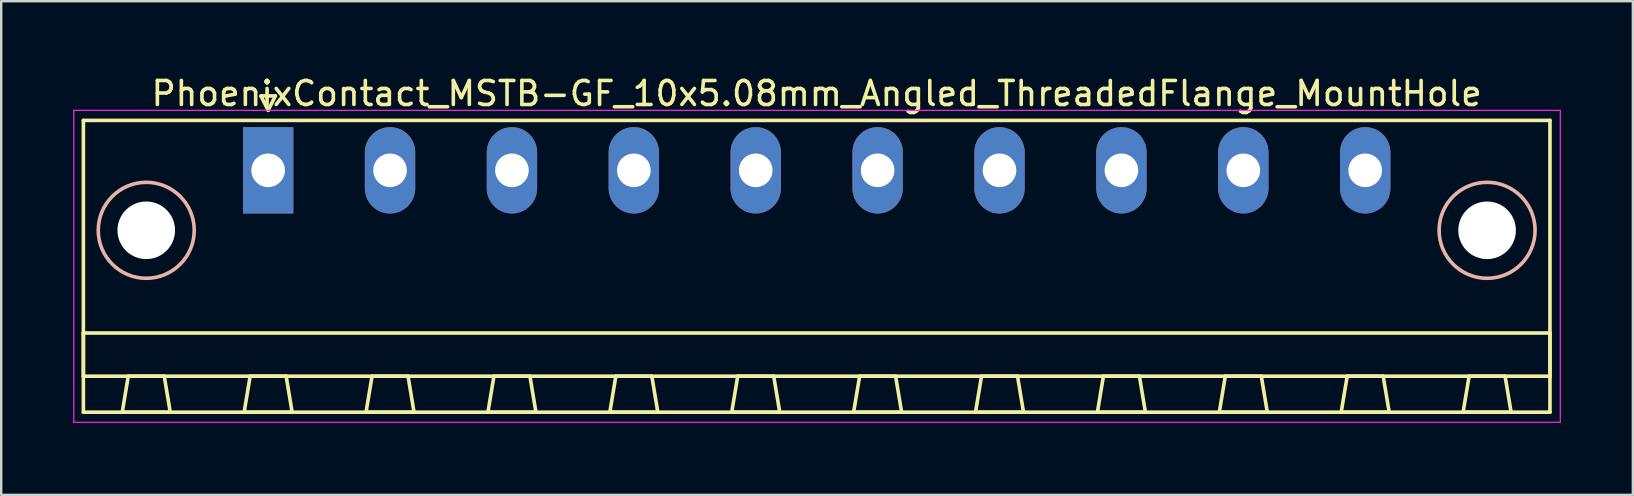
<source format=kicad_pcb>
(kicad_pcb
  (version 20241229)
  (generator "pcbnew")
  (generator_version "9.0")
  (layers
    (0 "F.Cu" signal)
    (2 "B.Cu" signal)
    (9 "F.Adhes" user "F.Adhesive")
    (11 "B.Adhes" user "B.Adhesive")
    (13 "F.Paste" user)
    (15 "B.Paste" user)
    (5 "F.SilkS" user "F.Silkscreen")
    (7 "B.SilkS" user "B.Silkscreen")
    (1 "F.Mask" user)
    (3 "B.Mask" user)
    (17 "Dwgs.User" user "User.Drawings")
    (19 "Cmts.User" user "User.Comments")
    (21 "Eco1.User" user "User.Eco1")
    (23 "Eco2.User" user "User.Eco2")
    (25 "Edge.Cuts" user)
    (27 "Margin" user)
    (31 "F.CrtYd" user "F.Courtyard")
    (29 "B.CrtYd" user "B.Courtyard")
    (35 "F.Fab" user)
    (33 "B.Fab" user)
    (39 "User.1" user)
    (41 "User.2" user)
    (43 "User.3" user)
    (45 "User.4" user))
  (footprint "PhoenixContact_MSTB-GF_10x5.08mm_Angled_ThreadedFlange_MountHole"
    (layer "F.Cu")
    (at 8.125 4.048)
    (property "Reference" "PhoenixContact_MSTB-GF_10x5.08mm_Angled_ThreadedFlange_MountHole" (at 22.86 -3.2 0) (layer "F.SilkS") (effects (font (size 1 1) (thickness 0.15))))
    (attr through_hole)
    (fp_line (start -7.7 -2.08) (end -7.7 10.08) (stroke (width 0.15) (type solid)) (layer "F.SilkS"))
    (fp_line (start -7.7 6.78) (end 53.42 6.78) (stroke (width 0.15) (type solid)) (layer "F.SilkS"))
    (fp_line (start -7.7 8.58) (end -7.7 6.78) (stroke (width 0.15) (type solid)) (layer "F.SilkS"))
    (fp_line (start -7.7 10.08) (end 53.42 10.08) (stroke (width 0.15) (type solid)) (layer "F.SilkS"))
    (fp_line (start -6.08 10.08) (end -4.08 10.08) (stroke (width 0.15) (type solid)) (layer "F.SilkS"))
    (fp_line (start -5.83 8.58) (end -6.08 10.08) (stroke (width 0.15) (type solid)) (layer "F.SilkS"))
    (fp_line (start -4.33 8.58) (end -5.83 8.58) (stroke (width 0.15) (type solid)) (layer "F.SilkS"))
    (fp_line (start -4.08 10.08) (end -4.33 8.58) (stroke (width 0.15) (type solid)) (layer "F.SilkS"))
    (fp_line (start -1 10.08) (end 1 10.08) (stroke (width 0.15) (type solid)) (layer "F.SilkS"))
    (fp_line (start -0.75 8.58) (end -1 10.08) (stroke (width 0.15) (type solid)) (layer "F.SilkS"))
    (fp_line (start -0.3 -3.1) (end 0 -2.5) (stroke (width 0.15) (type solid)) (layer "F.SilkS"))
    (fp_line (start 0 -2.5) (end 0.3 -3.1) (stroke (width 0.15) (type solid)) (layer "F.SilkS"))
    (fp_line (start 0.3 -3.1) (end -0.3 -3.1) (stroke (width 0.15) (type solid)) (layer "F.SilkS"))
    (fp_line (start 0.75 8.58) (end -0.75 8.58) (stroke (width 0.15) (type solid)) (layer "F.SilkS"))
    (fp_line (start 1 10.08) (end 0.75 8.58) (stroke (width 0.15) (type solid)) (layer "F.SilkS"))
    (fp_line (start 4.08 10.08) (end 6.08 10.08) (stroke (width 0.15) (type solid)) (layer "F.SilkS"))
    (fp_line (start 4.33 8.58) (end 4.08 10.08) (stroke (width 0.15) (type solid)) (layer "F.SilkS"))
    (fp_line (start 5.83 8.58) (end 4.33 8.58) (stroke (width 0.15) (type solid)) (layer "F.SilkS"))
    (fp_line (start 6.08 10.08) (end 5.83 8.58) (stroke (width 0.15) (type solid)) (layer "F.SilkS"))
    (fp_line (start 9.16 10.08) (end 11.16 10.08) (stroke (width 0.15) (type solid)) (layer "F.SilkS"))
    (fp_line (start 9.41 8.58) (end 9.16 10.08) (stroke (width 0.15) (type solid)) (layer "F.SilkS"))
    (fp_line (start 10.91 8.58) (end 9.41 8.58) (stroke (width 0.15) (type solid)) (layer "F.SilkS"))
    (fp_line (start 11.16 10.08) (end 10.91 8.58) (stroke (width 0.15) (type solid)) (layer "F.SilkS"))
    (fp_line (start 14.24 10.08) (end 16.24 10.08) (stroke (width 0.15) (type solid)) (layer "F.SilkS"))
    (fp_line (start 14.49 8.58) (end 14.24 10.08) (stroke (width 0.15) (type solid)) (layer "F.SilkS"))
    (fp_line (start 15.99 8.58) (end 14.49 8.58) (stroke (width 0.15) (type solid)) (layer "F.SilkS"))
    (fp_line (start 16.24 10.08) (end 15.99 8.58) (stroke (width 0.15) (type solid)) (layer "F.SilkS"))
    (fp_line (start 19.32 10.08) (end 21.32 10.08) (stroke (width 0.15) (type solid)) (layer "F.SilkS"))
    (fp_line (start 19.57 8.58) (end 19.32 10.08) (stroke (width 0.15) (type solid)) (layer "F.SilkS"))
    (fp_line (start 21.07 8.58) (end 19.57 8.58) (stroke (width 0.15) (type solid)) (layer "F.SilkS"))
    (fp_line (start 21.32 10.08) (end 21.07 8.58) (stroke (width 0.15) (type solid)) (layer "F.SilkS"))
    (fp_line (start 24.4 10.08) (end 26.4 10.08) (stroke (width 0.15) (type solid)) (layer "F.SilkS"))
    (fp_line (start 24.65 8.58) (end 24.4 10.08) (stroke (width 0.15) (type solid)) (layer "F.SilkS"))
    (fp_line (start 26.15 8.58) (end 24.65 8.58) (stroke (width 0.15) (type solid)) (layer "F.SilkS"))
    (fp_line (start 26.4 10.08) (end 26.15 8.58) (stroke (width 0.15) (type solid)) (layer "F.SilkS"))
    (fp_line (start 29.48 10.08) (end 31.48 10.08) (stroke (width 0.15) (type solid)) (layer "F.SilkS"))
    (fp_line (start 29.73 8.58) (end 29.48 10.08) (stroke (width 0.15) (type solid)) (layer "F.SilkS"))
    (fp_line (start 31.23 8.58) (end 29.73 8.58) (stroke (width 0.15) (type solid)) (layer "F.SilkS"))
    (fp_line (start 31.48 10.08) (end 31.23 8.58) (stroke (width 0.15) (type solid)) (layer "F.SilkS"))
    (fp_line (start 34.56 10.08) (end 36.56 10.08) (stroke (width 0.15) (type solid)) (layer "F.SilkS"))
    (fp_line (start 34.81 8.58) (end 34.56 10.08) (stroke (width 0.15) (type solid)) (layer "F.SilkS"))
    (fp_line (start 36.31 8.58) (end 34.81 8.58) (stroke (width 0.15) (type solid)) (layer "F.SilkS"))
    (fp_line (start 36.56 10.08) (end 36.31 8.58) (stroke (width 0.15) (type solid)) (layer "F.SilkS"))
    (fp_line (start 39.64 10.08) (end 41.64 10.08) (stroke (width 0.15) (type solid)) (layer "F.SilkS"))
    (fp_line (start 39.89 8.58) (end 39.64 10.08) (stroke (width 0.15) (type solid)) (layer "F.SilkS"))
    (fp_line (start 41.39 8.58) (end 39.89 8.58) (stroke (width 0.15) (type solid)) (layer "F.SilkS"))
    (fp_line (start 41.64 10.08) (end 41.39 8.58) (stroke (width 0.15) (type solid)) (layer "F.SilkS"))
    (fp_line (start 44.72 10.08) (end 46.72 10.08) (stroke (width 0.15) (type solid)) (layer "F.SilkS"))
    (fp_line (start 44.97 8.58) (end 44.72 10.08) (stroke (width 0.15) (type solid)) (layer "F.SilkS"))
    (fp_line (start 46.47 8.58) (end 44.97 8.58) (stroke (width 0.15) (type solid)) (layer "F.SilkS"))
    (fp_line (start 46.72 10.08) (end 46.47 8.58) (stroke (width 0.15) (type solid)) (layer "F.SilkS"))
    (fp_line (start 49.8 10.08) (end 51.8 10.08) (stroke (width 0.15) (type solid)) (layer "F.SilkS"))
    (fp_line (start 50.05 8.58) (end 49.8 10.08) (stroke (width 0.15) (type solid)) (layer "F.SilkS"))
    (fp_line (start 51.55 8.58) (end 50.05 8.58) (stroke (width 0.15) (type solid)) (layer "F.SilkS"))
    (fp_line (start 51.8 10.08) (end 51.55 8.58) (stroke (width 0.15) (type solid)) (layer "F.SilkS"))
    (fp_line (start 53.42 -2.08) (end -7.7 -2.08) (stroke (width 0.15) (type solid)) (layer "F.SilkS"))
    (fp_line (start 53.42 6.78) (end 53.42 8.58) (stroke (width 0.15) (type solid)) (layer "F.SilkS"))
    (fp_line (start 53.42 8.58) (end -7.7 8.58) (stroke (width 0.15) (type solid)) (layer "F.SilkS"))
    (fp_line (start 53.42 10.08) (end 53.42 -2.08) (stroke (width 0.15) (type solid)) (layer "F.SilkS"))
    (fp_circle (center -5.08 2.5) (end -3.08 2.5) (stroke (width 0.15) (type solid)) (fill no) (layer "B.SilkS"))
    (fp_circle (center 50.8 2.5) (end 52.8 2.5) (stroke (width 0.15) (type solid)) (fill no) (layer "B.SilkS"))
    (fp_line (start -8.1 -2.5) (end -8.1 10.5) (stroke (width 0.05) (type solid)) (layer "F.CrtYd"))
    (fp_line (start -8.1 10.5) (end 53.85 10.5) (stroke (width 0.05) (type solid)) (layer "F.CrtYd"))
    (fp_line (start 53.85 -2.5) (end -8.1 -2.5) (stroke (width 0.05) (type solid)) (layer "F.CrtYd"))
    (fp_line (start 53.85 10.5) (end 53.85 -2.5) (stroke (width 0.05) (type solid)) (layer "F.CrtYd"))
    (pad "" np_thru_hole circle (at -5.08 2.5) (size 2.4 2.4) (drill 2.4) (layers "*.Cu" "*.Mask"))
    (pad "" np_thru_hole circle (at 50.8 2.5) (size 2.4 2.4) (drill 2.4) (layers "*.Cu" "*.Mask"))
    (pad "1" thru_hole rect (at 0 0) (size 2.1 3.6) (drill 1.4) (layers "*.Cu" "*.Mask"))
    (pad "2" thru_hole oval (at 5.08 0) (size 2.1 3.6) (drill 1.4) (layers "*.Cu" "*.Mask"))
    (pad "3" thru_hole oval (at 10.16 0) (size 2.1 3.6) (drill 1.4) (layers "*.Cu" "*.Mask"))
    (pad "4" thru_hole oval (at 15.24 0) (size 2.1 3.6) (drill 1.4) (layers "*.Cu" "*.Mask"))
    (pad "5" thru_hole oval (at 20.32 0) (size 2.1 3.6) (drill 1.4) (layers "*.Cu" "*.Mask"))
    (pad "6" thru_hole oval (at 25.4 0) (size 2.1 3.6) (drill 1.4) (layers "*.Cu" "*.Mask"))
    (pad "7" thru_hole oval (at 30.48 0) (size 2.1 3.6) (drill 1.4) (layers "*.Cu" "*.Mask"))
    (pad "8" thru_hole oval (at 35.56 0) (size 2.1 3.6) (drill 1.4) (layers "*.Cu" "*.Mask"))
    (pad "9" thru_hole oval (at 40.64 0) (size 2.1 3.6) (drill 1.4) (layers "*.Cu" "*.Mask"))
    (pad "10" thru_hole oval (at 45.72 0) (size 2.1 3.6) (drill 1.4) (layers "*.Cu" "*.Mask")))
  (gr_rect
    (start -3 -3)
    (end 65 17.573)
    (stroke (width 0.1) (type default))
    (fill no)
    (layer "Edge.Cuts")))
</source>
